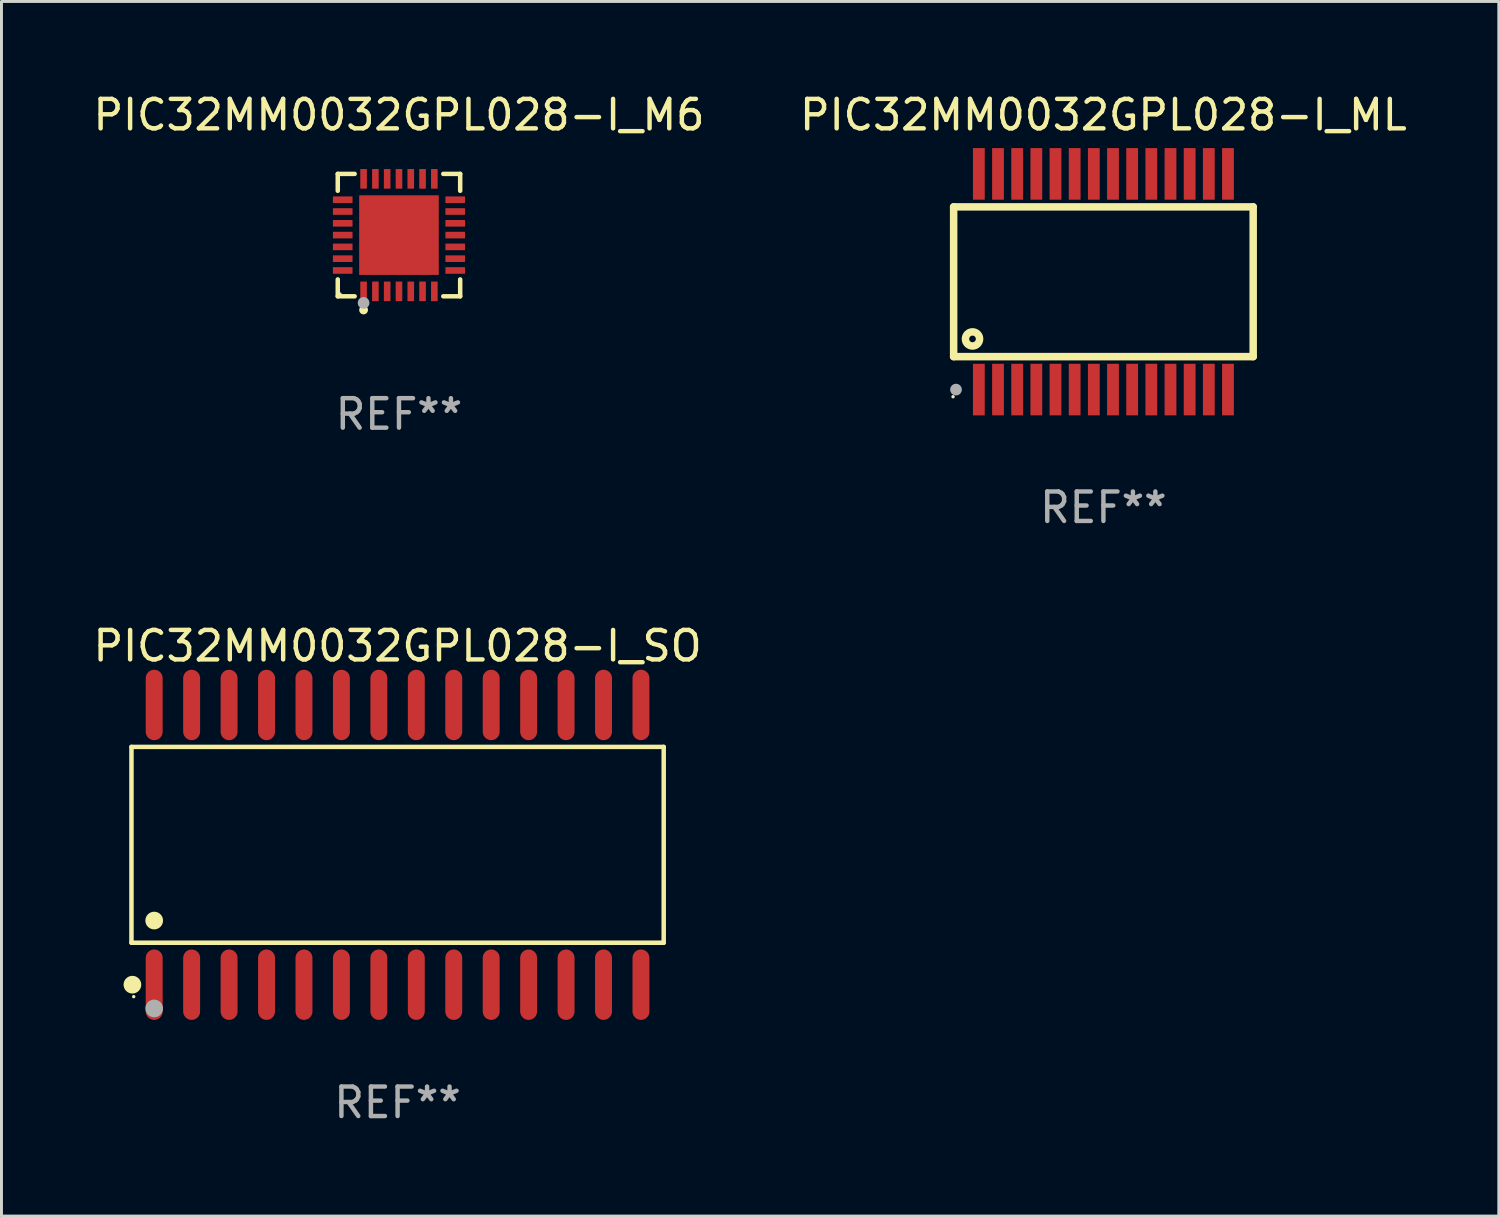
<source format=kicad_pcb>
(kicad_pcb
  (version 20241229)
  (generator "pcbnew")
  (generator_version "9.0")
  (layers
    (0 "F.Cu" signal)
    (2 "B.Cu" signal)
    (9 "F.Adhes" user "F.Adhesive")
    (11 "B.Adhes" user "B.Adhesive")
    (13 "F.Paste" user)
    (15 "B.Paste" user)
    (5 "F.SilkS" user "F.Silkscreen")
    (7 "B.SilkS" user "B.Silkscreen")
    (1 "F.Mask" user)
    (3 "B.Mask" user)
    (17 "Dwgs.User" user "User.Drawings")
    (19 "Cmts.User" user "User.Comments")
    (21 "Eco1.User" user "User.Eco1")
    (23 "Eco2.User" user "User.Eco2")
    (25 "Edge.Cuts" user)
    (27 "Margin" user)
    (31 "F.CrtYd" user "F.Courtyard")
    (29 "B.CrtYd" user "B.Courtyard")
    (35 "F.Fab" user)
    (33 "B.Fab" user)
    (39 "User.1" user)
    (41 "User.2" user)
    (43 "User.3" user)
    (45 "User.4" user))
  (footprint "PIC32MM0032GPL028-I_ML"
    (layer "F.Cu")
    (at 34.375 6.506)
    (property "Reference" "PIC32MM0032GPL028-I_ML" (at 0 -5.658 0) (layer "F.SilkS") (effects (font (size 1 1) (thickness 0.15))))
    (attr through_hole)
    (fp_line (start -5.08 -2.54) (end -5.08 2.54) (stroke (width 0.254) (type solid)) (layer "F.SilkS"))
    (fp_line (start -5.08 -2.54) (end 5.08 -2.54) (stroke (width 0.254) (type solid)) (layer "F.SilkS"))
    (fp_line (start 5.08 -2.54) (end 5.08 2.54) (stroke (width 0.254) (type solid)) (layer "F.SilkS"))
    (fp_line (start 5.08 2.54) (end -5.08 2.54) (stroke (width 0.254) (type solid)) (layer "F.SilkS"))
    (fp_circle (center -5.1 3.9) (end -5.07 3.9) (stroke (width 0.06) (type solid)) (fill no) (layer "F.SilkS"))
    (fp_circle (center -4.44 1.94) (end -4.2 1.94) (stroke (width 0.254) (type solid)) (fill no) (layer "F.SilkS"))
    (fp_circle (center -5 3.658) (end -4.9 3.658) (stroke (width 0.2) (type solid)) (fill no) (layer "F.Fab"))
    (fp_text user "REF**" (at 0 7.658 0) (layer "F.Fab") (effects (font (size 1 1) (thickness 0.15))))
    (pad "1" smd rect (at -4.225 3.658) (size 0.4 1.75) (layers "F.Cu" "F.Mask" "F.Paste"))
    (pad "2" smd rect (at -3.575 3.657) (size 0.4 1.75) (layers "F.Cu" "F.Mask" "F.Paste"))
    (pad "3" smd rect (at -2.925 3.657) (size 0.4 1.75) (layers "F.Cu" "F.Mask" "F.Paste"))
    (pad "4" smd rect (at -2.275 3.657) (size 0.4 1.75) (layers "F.Cu" "F.Mask" "F.Paste"))
    (pad "5" smd rect (at -1.625 3.657) (size 0.4 1.75) (layers "F.Cu" "F.Mask" "F.Paste"))
    (pad "6" smd rect (at -0.975 3.657) (size 0.4 1.75) (layers "F.Cu" "F.Mask" "F.Paste"))
    (pad "7" smd rect (at -0.325 3.657) (size 0.4 1.75) (layers "F.Cu" "F.Mask" "F.Paste"))
    (pad "8" smd rect (at 0.325 3.657) (size 0.4 1.75) (layers "F.Cu" "F.Mask" "F.Paste"))
    (pad "9" smd rect (at 0.975 3.657) (size 0.4 1.75) (layers "F.Cu" "F.Mask" "F.Paste"))
    (pad "10" smd rect (at 1.625 3.657) (size 0.4 1.75) (layers "F.Cu" "F.Mask" "F.Paste"))
    (pad "11" smd rect (at 2.275 3.657) (size 0.4 1.75) (layers "F.Cu" "F.Mask" "F.Paste"))
    (pad "12" smd rect (at 2.925 3.657) (size 0.4 1.75) (layers "F.Cu" "F.Mask" "F.Paste"))
    (pad "13" smd rect (at 3.575 3.657) (size 0.4 1.75) (layers "F.Cu" "F.Mask" "F.Paste"))
    (pad "14" smd rect (at 4.225 3.657) (size 0.4 1.75) (layers "F.Cu" "F.Mask" "F.Paste"))
    (pad "15" smd rect (at 4.225 -3.658) (size 0.4 1.75) (layers "F.Cu" "F.Mask" "F.Paste"))
    (pad "16" smd rect (at 3.575 -3.658) (size 0.4 1.75) (layers "F.Cu" "F.Mask" "F.Paste"))
    (pad "17" smd rect (at 2.925 -3.658) (size 0.4 1.75) (layers "F.Cu" "F.Mask" "F.Paste"))
    (pad "18" smd rect (at 2.275 -3.658) (size 0.4 1.75) (layers "F.Cu" "F.Mask" "F.Paste"))
    (pad "19" smd rect (at 1.625 -3.658) (size 0.4 1.75) (layers "F.Cu" "F.Mask" "F.Paste"))
    (pad "20" smd rect (at 0.975 -3.658) (size 0.4 1.75) (layers "F.Cu" "F.Mask" "F.Paste"))
    (pad "21" smd rect (at 0.325 -3.658) (size 0.4 1.75) (layers "F.Cu" "F.Mask" "F.Paste"))
    (pad "22" smd rect (at -0.325 -3.658) (size 0.4 1.75) (layers "F.Cu" "F.Mask" "F.Paste"))
    (pad "23" smd rect (at -0.975 -3.658) (size 0.4 1.75) (layers "F.Cu" "F.Mask" "F.Paste"))
    (pad "24" smd rect (at -1.625 -3.658) (size 0.4 1.75) (layers "F.Cu" "F.Mask" "F.Paste"))
    (pad "25" smd rect (at -2.275 -3.658) (size 0.4 1.75) (layers "F.Cu" "F.Mask" "F.Paste"))
    (pad "26" smd rect (at -2.925 -3.658) (size 0.4 1.75) (layers "F.Cu" "F.Mask" "F.Paste"))
    (pad "27" smd rect (at -3.575 -3.658) (size 0.4 1.75) (layers "F.Cu" "F.Mask" "F.Paste"))
    (pad "28" smd rect (at -4.225 -3.658) (size 0.4 1.75) (layers "F.Cu" "F.Mask" "F.Paste")))
  (footprint "PIC32MM0032GPL028-I_SO"
    (layer "F.Cu")
    (at 10.435 25.604)
    (property "Reference" "PIC32MM0032GPL028-I_SO" (at 0 -6.744 0) (layer "F.SilkS") (effects (font (size 1 1) (thickness 0.15))))
    (attr through_hole)
    (fp_line (start -9.026 -3.321) (end 9.026 -3.321) (stroke (width 0.152) (type solid)) (layer "F.SilkS"))
    (fp_line (start -9.026 3.321) (end -9.026 -3.321) (stroke (width 0.152) (type solid)) (layer "F.SilkS"))
    (fp_line (start 9.026 -3.321) (end 9.026 3.321) (stroke (width 0.152) (type solid)) (layer "F.SilkS"))
    (fp_line (start 9.026 3.321) (end -9.026 3.321) (stroke (width 0.152) (type solid)) (layer "F.SilkS"))
    (fp_circle (center -8.994 4.744) (end -8.844 4.744) (stroke (width 0.3) (type solid)) (fill no) (layer "F.SilkS"))
    (fp_circle (center -8.95 5.15) (end -8.92 5.15) (stroke (width 0.06) (type solid)) (fill no) (layer "F.SilkS"))
    (fp_circle (center -8.255 2.569) (end -8.105 2.569) (stroke (width 0.3) (type solid)) (fill no) (layer "F.SilkS"))
    (fp_circle (center -8.255 5.55) (end -8.105 5.55) (stroke (width 0.3) (type solid)) (fill no) (layer "F.Fab"))
    (fp_text user "REF**" (at 0 8.744 0) (layer "F.Fab") (effects (font (size 1 1) (thickness 0.15))))
    (pad "1" smd oval (at -8.255 4.744) (size 0.574 2.388) (layers "F.Cu" "F.Mask" "F.Paste"))
    (pad "2" smd oval (at -6.985 4.744) (size 0.574 2.388) (layers "F.Cu" "F.Mask" "F.Paste"))
    (pad "3" smd oval (at -5.715 4.744) (size 0.574 2.388) (layers "F.Cu" "F.Mask" "F.Paste"))
    (pad "4" smd oval (at -4.445 4.744) (size 0.574 2.388) (layers "F.Cu" "F.Mask" "F.Paste"))
    (pad "5" smd oval (at -3.175 4.744) (size 0.574 2.388) (layers "F.Cu" "F.Mask" "F.Paste"))
    (pad "6" smd oval (at -1.905 4.744) (size 0.574 2.388) (layers "F.Cu" "F.Mask" "F.Paste"))
    (pad "7" smd oval (at -0.635 4.744) (size 0.574 2.388) (layers "F.Cu" "F.Mask" "F.Paste"))
    (pad "8" smd oval (at 0.635 4.744) (size 0.574 2.388) (layers "F.Cu" "F.Mask" "F.Paste"))
    (pad "9" smd oval (at 1.905 4.744) (size 0.574 2.388) (layers "F.Cu" "F.Mask" "F.Paste"))
    (pad "10" smd oval (at 3.175 4.744) (size 0.574 2.388) (layers "F.Cu" "F.Mask" "F.Paste"))
    (pad "11" smd oval (at 4.445 4.744) (size 0.574 2.388) (layers "F.Cu" "F.Mask" "F.Paste"))
    (pad "12" smd oval (at 5.715 4.744) (size 0.574 2.388) (layers "F.Cu" "F.Mask" "F.Paste"))
    (pad "13" smd oval (at 6.985 4.744) (size 0.574 2.388) (layers "F.Cu" "F.Mask" "F.Paste"))
    (pad "14" smd oval (at 8.255 4.744) (size 0.574 2.388) (layers "F.Cu" "F.Mask" "F.Paste"))
    (pad "15" smd oval (at 8.255 -4.744) (size 0.574 2.388) (layers "F.Cu" "F.Mask" "F.Paste"))
    (pad "16" smd oval (at 6.985 -4.744) (size 0.574 2.388) (layers "F.Cu" "F.Mask" "F.Paste"))
    (pad "17" smd oval (at 5.715 -4.744) (size 0.574 2.388) (layers "F.Cu" "F.Mask" "F.Paste"))
    (pad "18" smd oval (at 4.445 -4.744) (size 0.574 2.388) (layers "F.Cu" "F.Mask" "F.Paste"))
    (pad "19" smd oval (at 3.175 -4.744) (size 0.574 2.388) (layers "F.Cu" "F.Mask" "F.Paste"))
    (pad "20" smd oval (at 1.905 -4.744) (size 0.574 2.388) (layers "F.Cu" "F.Mask" "F.Paste"))
    (pad "21" smd oval (at 0.635 -4.744) (size 0.574 2.388) (layers "F.Cu" "F.Mask" "F.Paste"))
    (pad "22" smd oval (at -0.635 -4.744) (size 0.574 2.388) (layers "F.Cu" "F.Mask" "F.Paste"))
    (pad "23" smd oval (at -1.905 -4.744) (size 0.574 2.388) (layers "F.Cu" "F.Mask" "F.Paste"))
    (pad "24" smd oval (at -3.175 -4.744) (size 0.574 2.388) (layers "F.Cu" "F.Mask" "F.Paste"))
    (pad "25" smd oval (at -4.445 -4.744) (size 0.574 2.388) (layers "F.Cu" "F.Mask" "F.Paste"))
    (pad "26" smd oval (at -5.715 -4.744) (size 0.574 2.388) (layers "F.Cu" "F.Mask" "F.Paste"))
    (pad "27" smd oval (at -6.985 -4.744) (size 0.574 2.388) (layers "F.Cu" "F.Mask" "F.Paste"))
    (pad "28" smd oval (at -8.255 -4.744) (size 0.574 2.388) (layers "F.Cu" "F.Mask" "F.Paste")))
  (footprint "PIC32MM0032GPL028-I_M6"
    (layer "F.Cu")
    (at 10.482 4.924)
    (property "Reference" "PIC32MM0032GPL028-I_M6" (at 0 -4.076 0) (layer "F.SilkS") (effects (font (size 1 1) (thickness 0.15))))
    (attr through_hole)
    (fp_line (start -2.076 -2.076) (end -1.503 -2.076) (stroke (width 0.152) (type solid)) (layer "F.SilkS"))
    (fp_line (start -2.076 -1.503) (end -2.076 -2.076) (stroke (width 0.152) (type solid)) (layer "F.SilkS"))
    (fp_line (start -2.076 1.503) (end -2.076 2.076) (stroke (width 0.152) (type solid)) (layer "F.SilkS"))
    (fp_line (start -2.076 2.076) (end -1.503 2.076) (stroke (width 0.152) (type solid)) (layer "F.SilkS"))
    (fp_line (start 2.076 -2.076) (end 1.503 -2.076) (stroke (width 0.152) (type solid)) (layer "F.SilkS"))
    (fp_line (start 2.076 -1.503) (end 2.076 -2.076) (stroke (width 0.152) (type solid)) (layer "F.SilkS"))
    (fp_line (start 2.076 1.503) (end 2.076 2.076) (stroke (width 0.152) (type solid)) (layer "F.SilkS"))
    (fp_line (start 2.076 2.076) (end 1.503 2.076) (stroke (width 0.152) (type solid)) (layer "F.SilkS"))
    (fp_circle (center -2 2) (end -1.97 2) (stroke (width 0.06) (type solid)) (fill no) (layer "F.SilkS"))
    (fp_circle (center -1.2 2.54) (end -1.125 2.54) (stroke (width 0.15) (type solid)) (fill no) (layer "F.SilkS"))
    (fp_circle (center -1.2 2.3) (end -1.1 2.3) (stroke (width 0.2) (type solid)) (fill no) (layer "F.Fab"))
    (fp_text user "REF**" (at 0 6.076 0) (layer "F.Fab") (effects (font (size 1 1) (thickness 0.15))))
    (pad "1" smd rect (at -1.2 1.908) (size 0.224 0.665) (layers "F.Cu" "F.Mask" "F.Paste"))
    (pad "2" smd rect (at -0.8 1.908) (size 0.224 0.665) (layers "F.Cu" "F.Mask" "F.Paste"))
    (pad "3" smd rect (at -0.4 1.908) (size 0.224 0.665) (layers "F.Cu" "F.Mask" "F.Paste"))
    (pad "4" smd rect (at 0 1.908) (size 0.224 0.665) (layers "F.Cu" "F.Mask" "F.Paste"))
    (pad "5" smd rect (at 0.4 1.908) (size 0.224 0.665) (layers "F.Cu" "F.Mask" "F.Paste"))
    (pad "6" smd rect (at 0.8 1.908) (size 0.224 0.665) (layers "F.Cu" "F.Mask" "F.Paste"))
    (pad "7" smd rect (at 1.2 1.908) (size 0.224 0.665) (layers "F.Cu" "F.Mask" "F.Paste"))
    (pad "8" smd rect (at 1.908 1.2) (size 0.665 0.224) (layers "F.Cu" "F.Mask" "F.Paste"))
    (pad "9" smd rect (at 1.908 0.8) (size 0.665 0.224) (layers "F.Cu" "F.Mask" "F.Paste"))
    (pad "10" smd rect (at 1.908 0.4) (size 0.665 0.224) (layers "F.Cu" "F.Mask" "F.Paste"))
    (pad "11" smd rect (at 1.908 0) (size 0.665 0.224) (layers "F.Cu" "F.Mask" "F.Paste"))
    (pad "12" smd rect (at 1.908 -0.4) (size 0.665 0.224) (layers "F.Cu" "F.Mask" "F.Paste"))
    (pad "13" smd rect (at 1.908 -0.8) (size 0.665 0.224) (layers "F.Cu" "F.Mask" "F.Paste"))
    (pad "14" smd rect (at 1.908 -1.2) (size 0.665 0.224) (layers "F.Cu" "F.Mask" "F.Paste"))
    (pad "15" smd rect (at 1.2 -1.908) (size 0.224 0.665) (layers "F.Cu" "F.Mask" "F.Paste"))
    (pad "16" smd rect (at 0.8 -1.908) (size 0.224 0.665) (layers "F.Cu" "F.Mask" "F.Paste"))
    (pad "17" smd rect (at 0.4 -1.908) (size 0.224 0.665) (layers "F.Cu" "F.Mask" "F.Paste"))
    (pad "18" smd rect (at 0 -1.908) (size 0.224 0.665) (layers "F.Cu" "F.Mask" "F.Paste"))
    (pad "19" smd rect (at -0.4 -1.908) (size 0.224 0.665) (layers "F.Cu" "F.Mask" "F.Paste"))
    (pad "20" smd rect (at -0.8 -1.908) (size 0.224 0.665) (layers "F.Cu" "F.Mask" "F.Paste"))
    (pad "21" smd rect (at -1.2 -1.908) (size 0.224 0.665) (layers "F.Cu" "F.Mask" "F.Paste"))
    (pad "22" smd rect (at -1.908 -1.2) (size 0.665 0.224) (layers "F.Cu" "F.Mask" "F.Paste"))
    (pad "23" smd rect (at -1.908 -0.8) (size 0.665 0.224) (layers "F.Cu" "F.Mask" "F.Paste"))
    (pad "24" smd rect (at -1.908 -0.4) (size 0.665 0.224) (layers "F.Cu" "F.Mask" "F.Paste"))
    (pad "25" smd rect (at -1.908 0) (size 0.665 0.224) (layers "F.Cu" "F.Mask" "F.Paste"))
    (pad "26" smd rect (at -1.908 0.4) (size 0.665 0.224) (layers "F.Cu" "F.Mask" "F.Paste"))
    (pad "27" smd rect (at -1.908 0.8) (size 0.665 0.224) (layers "F.Cu" "F.Mask" "F.Paste"))
    (pad "28" smd rect (at -1.908 1.2) (size 0.665 0.224) (layers "F.Cu" "F.Mask" "F.Paste"))
    (pad "29" smd rect (at 0 0) (size 2.7 2.7) (layers "F.Cu" "F.Mask" "F.Paste")))
  (gr_rect
    (start -3 -3)
    (end 47.786 38.197)
    (stroke (width 0.1) (type default))
    (fill no)
    (layer "Edge.Cuts")))
</source>
